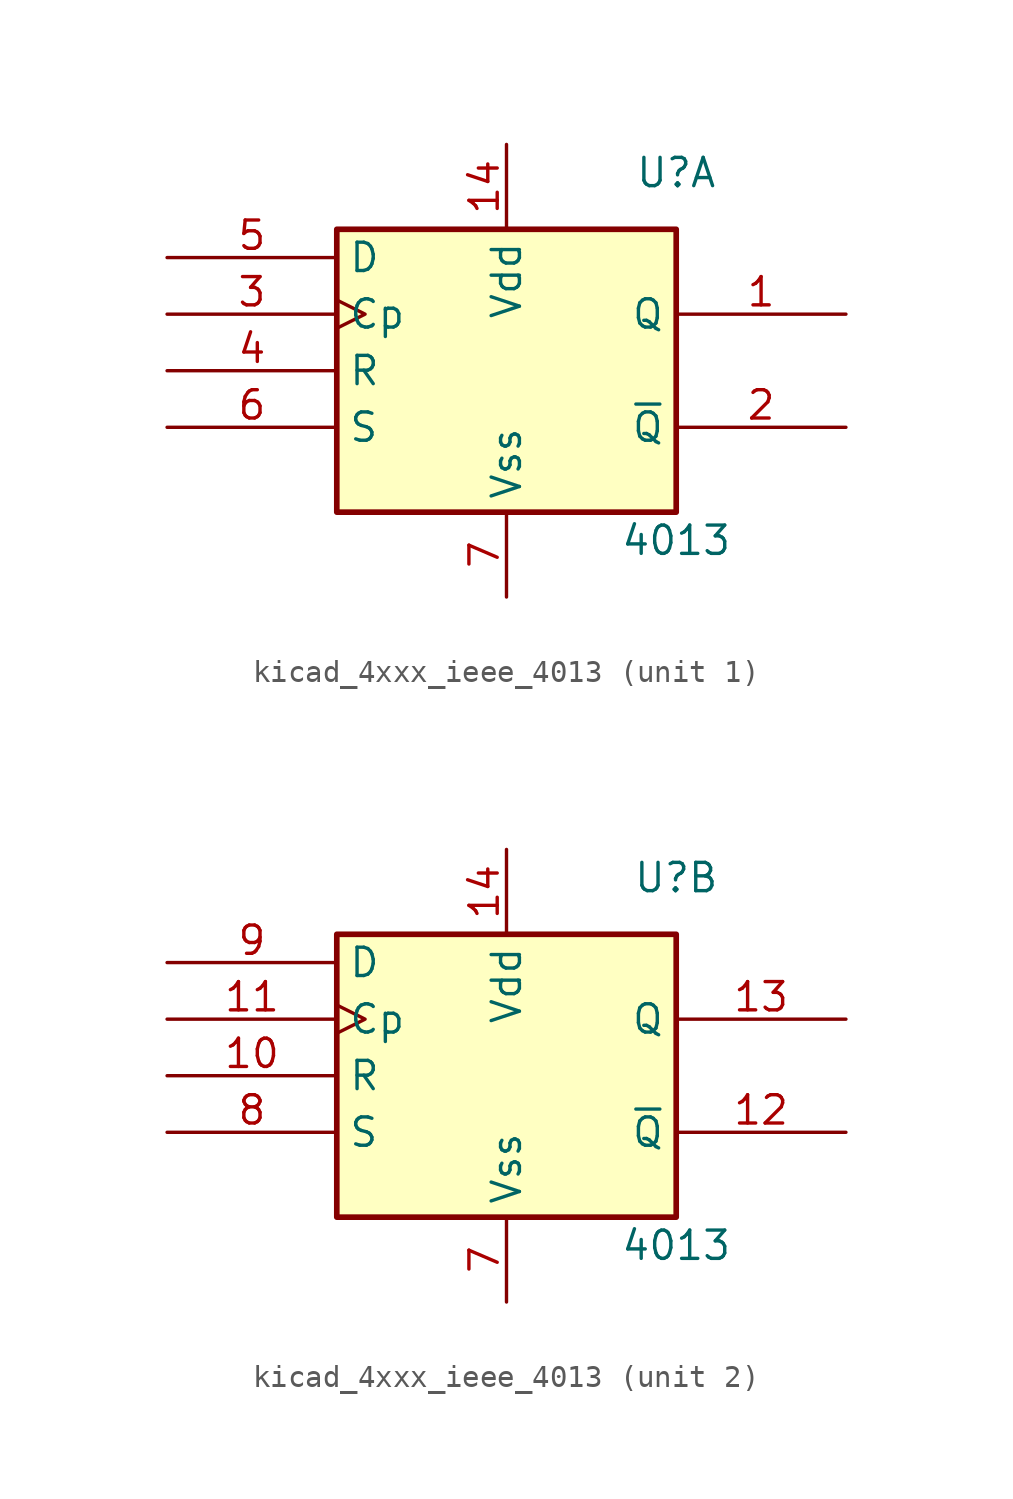
<source format=kicad_sym>
(kicad_symbol_lib
  (version 20220914)
  (generator kicad_symbol_editor)
  (symbol "kicad_4xxx_ieee_4013"
    (property "Reference" "U"
      (at 7.62 8.89 0)
      (effects (font (size 1.27 1.27))))
    (property "Value" "4013"
      (at 7.62 -7.62 0)
      (effects (font (size 1.27 1.27))))
    (symbol "kicad_4xxx_ieee_4013_0_0"
      (pin power_in line (at 0 10.16 270) (length 3.81) (name "Vdd" (effects (font (size 1.27 1.27)))) (number "14" (effects (font (size 1.27 1.27)))))
      (pin power_in line (at 0 -10.16 90) (length 3.81) (name "Vss" (effects (font (size 1.27 1.27)))) (number "7" (effects (font (size 1.27 1.27))))))
    (symbol "kicad_4xxx_ieee_4013_0_1"
      (rectangle (start -7.62 6.35) (end 7.62 -6.35) (stroke (width 0.254) (type default)) (fill (type background))))
    (symbol "kicad_4xxx_ieee_4013_1_1"
      (pin output line (at 15.24 2.54 180) (length 7.62) (name "Q" (effects (font (size 1.27 1.27)))) (number "1" (effects (font (size 1.27 1.27)))))
      (pin output line (at 15.24 -2.54 180) (length 7.62) (name "~{Q}" (effects (font (size 1.27 1.27)))) (number "2" (effects (font (size 1.27 1.27)))))
      (pin input clock (at -15.24 2.54 0) (length 7.62) (name "Cp" (effects (font (size 1.27 1.27)))) (number "3" (effects (font (size 1.27 1.27)))))
      (pin input line (at -15.24 0 0) (length 7.62) (name "R" (effects (font (size 1.27 1.27)))) (number "4" (effects (font (size 1.27 1.27)))))
      (pin input line (at -15.24 5.08 0) (length 7.62) (name "D" (effects (font (size 1.27 1.27)))) (number "5" (effects (font (size 1.27 1.27)))))
      (pin input line (at -15.24 -2.54 0) (length 7.62) (name "S" (effects (font (size 1.27 1.27)))) (number "6" (effects (font (size 1.27 1.27))))))
    (symbol "kicad_4xxx_ieee_4013_2_1"
      (pin input line (at -15.24 0 0) (length 7.62) (name "R" (effects (font (size 1.27 1.27)))) (number "10" (effects (font (size 1.27 1.27)))))
      (pin input clock (at -15.24 2.54 0) (length 7.62) (name "Cp" (effects (font (size 1.27 1.27)))) (number "11" (effects (font (size 1.27 1.27)))))
      (pin input line (at 15.24 -2.54 180) (length 7.62) (name "~{Q}" (effects (font (size 1.27 1.27)))) (number "12" (effects (font (size 1.27 1.27)))))
      (pin input line (at 15.24 2.54 180) (length 7.62) (name "Q" (effects (font (size 1.27 1.27)))) (number "13" (effects (font (size 1.27 1.27)))))
      (pin input line (at -15.24 -2.54 0) (length 7.62) (name "S" (effects (font (size 1.27 1.27)))) (number "8" (effects (font (size 1.27 1.27)))))
      (pin input line (at -15.24 5.08 0) (length 7.62) (name "D" (effects (font (size 1.27 1.27)))) (number "9" (effects (font (size 1.27 1.27))))))))
</source>
